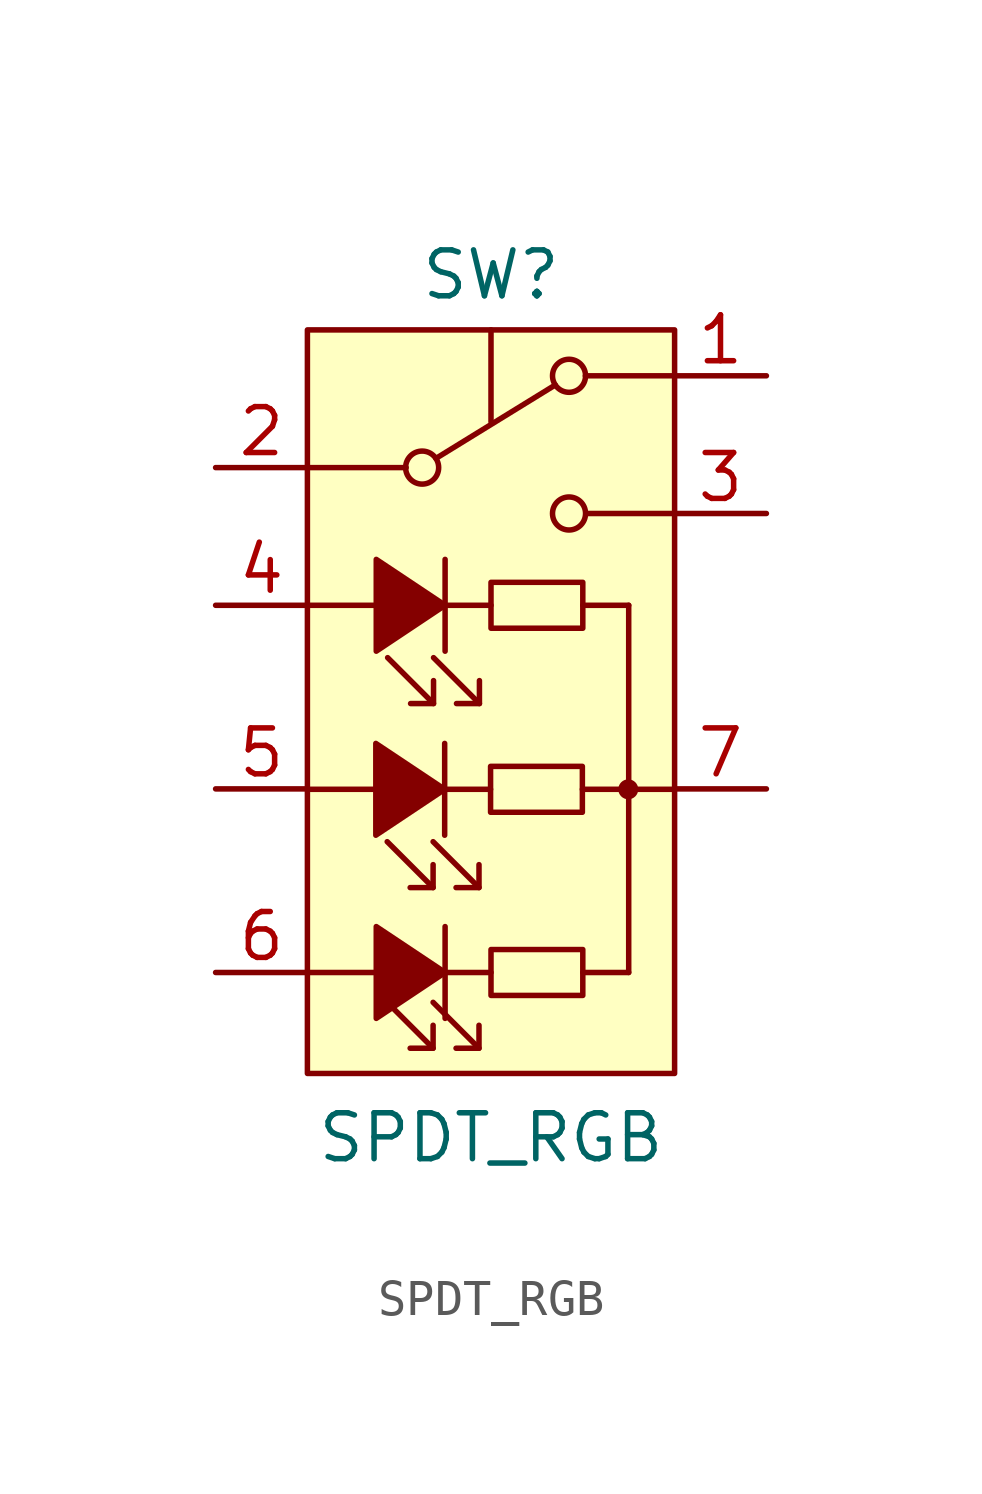
<source format=kicad_sym>
(kicad_symbol_lib
  (version 20231120)
  (generator "kicad_symbol_editor")
  (generator_version "8.0")
  (symbol "SPDT_RGB"
    (pin_names
      (offset 1.016) hide)
    (property "Reference" "SW"
      (at 0 11.684 0)
      (effects (font (size 1.27 1.27))))
    (property "Value" "SPDT_RGB"
      (at 0 -12.192 0)
      (effects (font (size 1.27 1.27))))
    (symbol "SPDT_RGB_0_0"
      (polyline (pts (xy -5.092 -2.552) (xy -0.012 -2.552)) (stroke (width 0) (type default)) (fill (type none)))
      (polyline (pts (xy -5.08 -7.62) (xy 0 -7.62)) (stroke (width 0) (type default)) (fill (type none)))
      (polyline (pts (xy -5.08 2.54) (xy 0 2.54)) (stroke (width 0) (type default)) (fill (type none)))
      (polyline (pts (xy -5.08 6.35) (xy -2.348 6.35)) (stroke (width 0) (type default)) (fill (type none)))
      (polyline (pts (xy -1.602 -9.716) (xy -2.872 -8.446)) (stroke (width 0) (type default)) (fill (type none)))
      (polyline (pts (xy -1.602 -5.271) (xy -2.872 -4.001)) (stroke (width 0) (type default)) (fill (type none)))
      (polyline (pts (xy -1.59 -0.179) (xy -2.86 1.091)) (stroke (width 0) (type default)) (fill (type none)))
      (polyline (pts (xy -1.282 -1.282) (xy -1.282 -3.822)) (stroke (width 0) (type default)) (fill (type none)))
      (polyline (pts (xy -1.27 -6.35) (xy -1.27 -8.89)) (stroke (width 0) (type default)) (fill (type none)))
      (polyline (pts (xy -1.27 3.81) (xy -1.27 1.27)) (stroke (width 0) (type default)) (fill (type none)))
      (polyline (pts (xy -0.332 -9.716) (xy -1.602 -8.446)) (stroke (width 0) (type default)) (fill (type none)))
      (polyline (pts (xy -0.332 -5.271) (xy -1.602 -4.001)) (stroke (width 0) (type default)) (fill (type none)))
      (polyline (pts (xy -0.32 -0.179) (xy -1.59 1.091)) (stroke (width 0) (type default)) (fill (type none)))
      (polyline (pts (xy 2.528 -2.552) (xy 3.798 -2.552)) (stroke (width 0) (type default)) (fill (type none)))
      (polyline (pts (xy 2.54 -7.62) (xy 3.81 -7.62)) (stroke (width 0) (type default)) (fill (type none)))
      (polyline (pts (xy 2.54 2.54) (xy 3.81 2.54)) (stroke (width 0) (type default)) (fill (type none)))
      (polyline (pts (xy 2.61 8.89) (xy 4.994 8.89)) (stroke (width 0) (type default)) (fill (type none)))
      (polyline (pts (xy 2.626 5.08) (xy 5.08 5.08)) (stroke (width 0) (type default)) (fill (type none)))
      (polyline (pts (xy 3.798 -2.552) (xy 5.068 -2.552)) (stroke (width 0) (type default)) (fill (type none)))
      (polyline (pts (xy 3.81 -7.62) (xy 3.81 2.54)) (stroke (width 0) (type default)) (fill (type none)))
      (polyline (pts (xy -1.602 -9.081) (xy -1.602 -9.716) (xy -2.237 -9.716)) (stroke (width 0) (type default)) (fill (type none)))
      (polyline (pts (xy -1.602 -4.636) (xy -1.602 -5.271) (xy -2.237 -5.271)) (stroke (width 0) (type default)) (fill (type none)))
      (polyline (pts (xy -1.59 0.456) (xy -1.59 -0.179) (xy -2.225 -0.179)) (stroke (width 0) (type default)) (fill (type none)))
      (polyline (pts (xy -0.332 -9.081) (xy -0.332 -9.716) (xy -0.967 -9.716)) (stroke (width 0) (type default)) (fill (type none)))
      (polyline (pts (xy -0.332 -4.636) (xy -0.332 -5.271) (xy -0.967 -5.271)) (stroke (width 0) (type default)) (fill (type none)))
      (polyline (pts (xy -0.32 0.456) (xy -0.32 -0.179) (xy -0.955 -0.179)) (stroke (width 0) (type default)) (fill (type none)))
      (polyline (pts (xy -1.282 -2.552) (xy -3.187 -1.282) (xy -3.187 -3.822) (xy -1.282 -2.552)) (stroke (width 0) (type default)) (fill (type outline)))
      (polyline (pts (xy -1.27 -7.62) (xy -3.175 -6.35) (xy -3.175 -8.89) (xy -1.27 -7.62)) (stroke (width 0) (type default)) (fill (type outline)))
      (polyline (pts (xy -1.27 2.54) (xy -3.175 3.81) (xy -3.175 1.27) (xy -1.27 2.54)) (stroke (width 0) (type default)) (fill (type outline))))
    (symbol "SPDT_RGB_0_1"
      (circle (center -1.905 6.35) (radius 0.457) (stroke (width 0) (type default)) (fill (type none)))
      (rectangle (start -0.012 -1.917) (end 2.528 -3.187) (stroke (width 0) (type default)) (fill (type none)))
      (rectangle (start 0 -6.985) (end 2.54 -8.255) (stroke (width 0) (type default)) (fill (type none)))
      (polyline (pts (xy -1.524 6.604) (xy 1.778 8.636)) (stroke (width 0) (type default)) (fill (type none)))
      (polyline (pts (xy 0 7.62) (xy 0 10.16)) (stroke (width 0) (type default)) (fill (type none)))
      (rectangle (start 0 3.175) (end 2.54 1.905) (stroke (width 0) (type default)) (fill (type none)))
      (circle (center 2.159 5.08) (radius 0.457) (stroke (width 0) (type default)) (fill (type none)))
      (circle (center 2.159 8.89) (radius 0.457) (stroke (width 0) (type default)) (fill (type none))))
    (symbol "SPDT_RGB_1_1"
      (rectangle (start -5.08 10.16) (end 5.08 -10.414) (stroke (width 0) (type default)) (fill (type background)))
      (circle (center 3.798 -2.552) (radius 0.2) (stroke (width 0) (type default)) (fill (type outline)))
      (pin passive line (at 7.62 8.89 180) (length 2.54) (name "A" (effects (font (size 1.27 1.27)))) (number "1" (effects (font (size 1.27 1.27)))))
      (pin passive line (at -7.62 6.35 0) (length 2.54) (name "B" (effects (font (size 1.27 1.27)))) (number "2" (effects (font (size 1.27 1.27)))))
      (pin passive line (at 7.62 5.08 180) (length 2.54) (name "C" (effects (font (size 1.27 1.27)))) (number "3" (effects (font (size 1.27 1.27)))))
      (pin passive line (at -7.62 2.54 0) (length 2.54) (name "R" (effects (font (size 1.27 1.27)))) (number "4" (effects (font (size 1.27 1.27)))))
      (pin passive line (at -7.62 -2.54 0) (length 2.54) (name "G" (effects (font (size 1.27 1.27)))) (number "5" (effects (font (size 1.27 1.27)))))
      (pin passive line (at -7.62 -7.62 0) (length 2.54) (name "B" (effects (font (size 1.27 1.27)))) (number "6" (effects (font (size 1.27 1.27)))))
      (pin passive line (at 7.62 -2.54 180) (length 2.54) (name "K" (effects (font (size 1.27 1.27)))) (number "7" (effects (font (size 1.27 1.27))))))))
</source>
